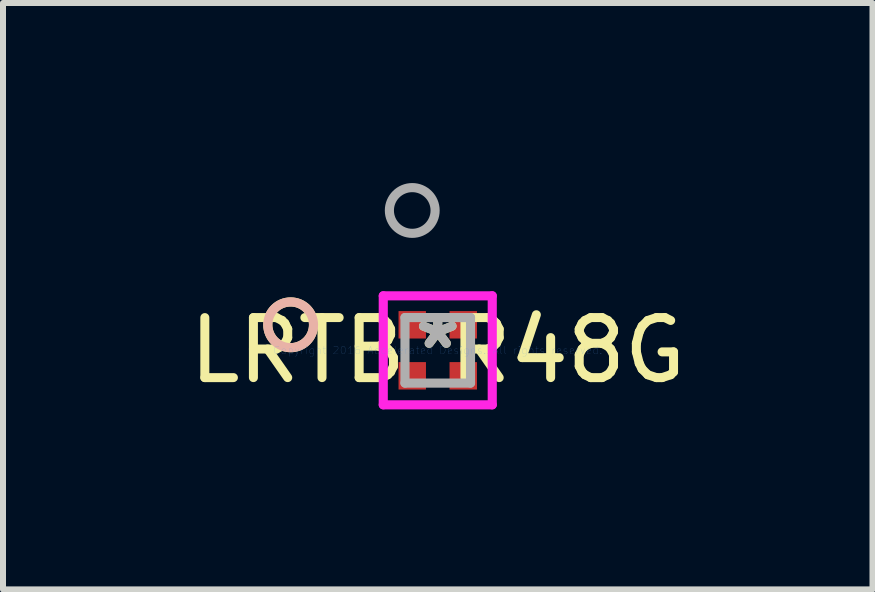
<source format=kicad_pcb>
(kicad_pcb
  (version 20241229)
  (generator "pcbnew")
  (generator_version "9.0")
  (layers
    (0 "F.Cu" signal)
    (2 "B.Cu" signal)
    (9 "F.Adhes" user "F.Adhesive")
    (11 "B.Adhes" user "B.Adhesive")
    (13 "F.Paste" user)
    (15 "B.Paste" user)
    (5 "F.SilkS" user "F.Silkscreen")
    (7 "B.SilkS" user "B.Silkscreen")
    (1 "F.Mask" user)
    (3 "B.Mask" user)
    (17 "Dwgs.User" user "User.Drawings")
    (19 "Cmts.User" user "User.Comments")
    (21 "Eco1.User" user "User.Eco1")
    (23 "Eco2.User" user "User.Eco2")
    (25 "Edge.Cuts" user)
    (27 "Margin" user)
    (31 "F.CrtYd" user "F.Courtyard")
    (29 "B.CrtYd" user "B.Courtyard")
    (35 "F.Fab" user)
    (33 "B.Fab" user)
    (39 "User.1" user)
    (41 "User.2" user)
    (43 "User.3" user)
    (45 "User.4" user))
  (footprint "LRTB R48G"
    (layer "F.Cu")
    (at 4.244 2.787)
    (property "Reference" "LRTB R48G" (at 0 0 0) (layer "F.SilkS") (effects (font (size 1 1) (thickness 0.15))))
    (attr through_hole)
    (fp_circle (center -2.451 -0.425) (end -2.07 -0.425) (stroke (width 0.152) (type solid)) (fill no) (layer "F.SilkS"))
    (fp_circle (center -2.451 -0.425) (end -2.07 -0.425) (stroke (width 0.152) (type solid)) (fill no) (layer "B.SilkS"))
    (fp_line (start -0.908 -0.908) (end -0.908 0.908) (stroke (width 0.152) (type solid)) (layer "F.CrtYd"))
    (fp_line (start -0.908 0.908) (end 0.908 0.908) (stroke (width 0.152) (type solid)) (layer "F.CrtYd"))
    (fp_line (start 0.908 -0.908) (end -0.908 -0.908) (stroke (width 0.152) (type solid)) (layer "F.CrtYd"))
    (fp_line (start 0.908 0.908) (end 0.908 -0.908) (stroke (width 0.152) (type solid)) (layer "F.CrtYd"))
    (fp_line (start -0.546 -0.546) (end -0.546 0.546) (stroke (width 0.152) (type solid)) (layer "F.Fab"))
    (fp_line (start -0.546 0.546) (end 0.546 0.546) (stroke (width 0.152) (type solid)) (layer "F.Fab"))
    (fp_line (start 0.546 -0.546) (end -0.546 -0.546) (stroke (width 0.152) (type solid)) (layer "F.Fab"))
    (fp_line (start 0.546 0.546) (end 0.546 -0.546) (stroke (width 0.152) (type solid)) (layer "F.Fab"))
    (fp_circle (center -0.425 -2.33) (end -0.044 -2.33) (stroke (width 0.152) (type solid)) (fill no) (layer "F.Fab"))
    (fp_text user "*" (at 0 0 0) (layer "F.SilkS") (effects (font (size 1 1) (thickness 0.15))))
    (fp_text user "Copyright 2016 Accelerated Designs. All rights reserved." (at 0 0 0) (layer "Cmts.User") (effects (font (size 0.127 0.127) (thickness 0.002))))
    (fp_text user "*" (at 0 0 0) (layer "F.Fab") (effects (font (size 1 1) (thickness 0.15))))
    (pad "1" smd rect (at -0.425 -0.425) (size 0.457 0.457) (layers "F.Cu" "F.Mask" "F.Paste"))
    (pad "2" smd rect (at 0.425 -0.425) (size 0.457 0.457) (layers "F.Cu" "F.Mask" "F.Paste"))
    (pad "3" smd rect (at 0.425 0.425) (size 0.457 0.457) (layers "F.Cu" "F.Mask" "F.Paste"))
    (pad "4" smd rect (at -0.425 0.425) (size 0.457 0.457) (layers "F.Cu" "F.Mask" "F.Paste")))
  (gr_rect
    (start -3 -3)
    (end 11.488 6.771)
    (stroke (width 0.1) (type default))
    (fill no)
    (layer "Edge.Cuts")))
</source>
